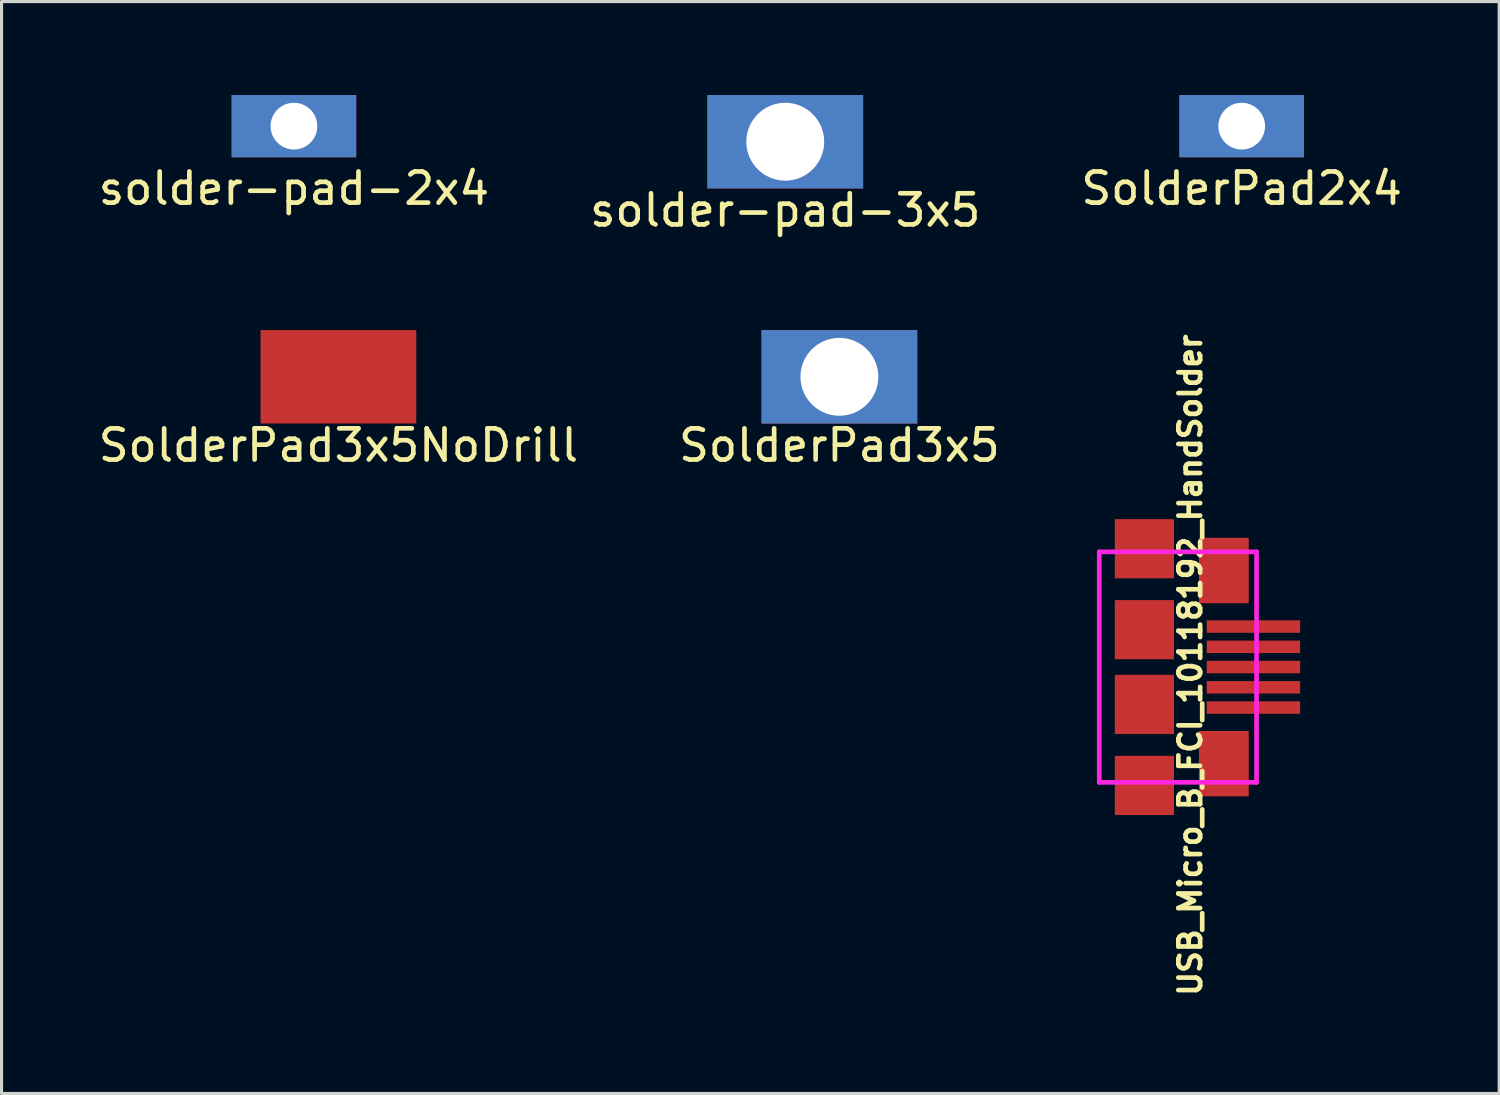
<source format=kicad_pcb>
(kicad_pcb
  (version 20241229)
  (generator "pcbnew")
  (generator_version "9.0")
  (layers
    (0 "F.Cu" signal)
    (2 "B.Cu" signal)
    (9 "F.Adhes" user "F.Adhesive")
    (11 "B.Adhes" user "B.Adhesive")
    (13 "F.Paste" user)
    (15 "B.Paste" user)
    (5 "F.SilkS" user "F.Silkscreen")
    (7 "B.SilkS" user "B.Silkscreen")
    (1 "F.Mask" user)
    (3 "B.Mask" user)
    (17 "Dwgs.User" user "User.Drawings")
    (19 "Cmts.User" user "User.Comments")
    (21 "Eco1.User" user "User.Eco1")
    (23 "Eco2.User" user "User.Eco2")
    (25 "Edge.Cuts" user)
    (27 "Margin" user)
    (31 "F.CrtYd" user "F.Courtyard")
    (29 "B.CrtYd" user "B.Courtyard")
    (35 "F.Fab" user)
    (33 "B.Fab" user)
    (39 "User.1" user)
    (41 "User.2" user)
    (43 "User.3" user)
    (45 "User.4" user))
  (footprint "solder-pad-2x4"
    (layer "F.Cu")
    (at 6.387 1)
    (property "Reference" "solder-pad-2x4" (at 0 2 0) (layer "F.SilkS") (effects (font (size 1 1) (thickness 0.15))))
    (attr through_hole)
    (pad "1" thru_hole rect (at 0 0 90) (size 2 4) (drill 1.5) (layers "*.Cu" "B.Mask")))
  (footprint "solder-pad-3x5"
    (layer "F.Cu")
    (at 22.161 1.5)
    (property "Reference" "solder-pad-3x5" (at 0 2.2 0) (layer "F.SilkS") (effects (font (size 1 1) (thickness 0.15))))
    (attr through_hole)
    (pad "1" thru_hole rect (at 0 0 90) (size 3 5) (drill 2.5) (layers "*.Cu" "B.Mask")))
  (footprint "SolderPad3x5NoDrill"
    (layer "F.Cu")
    (at 7.815 9.048)
    (property "Reference" "SolderPad3x5NoDrill" (at 0 2.2 0) (layer "F.SilkS") (effects (font (size 1 1) (thickness 0.15))))
    (attr through_hole)
    (pad "1" connect rect (at 0 0 90) (size 3 5) (layers "F.Cu" "F.Mask")))
  (footprint "SolderPad3x5"
    (layer "F.Cu")
    (at 23.899 9.048)
    (property "Reference" "SolderPad3x5" (at 0 2.2 0) (layer "F.SilkS") (effects (font (size 1 1) (thickness 0.15))))
    (attr through_hole)
    (pad "1" thru_hole rect (at 0 0 90) (size 3 5) (drill 2.5) (layers "*.Cu" "*.Mask")))
  (footprint "SolderPad2x4"
    (layer "F.Cu")
    (at 36.815 1)
    (property "Reference" "SolderPad2x4" (at 0 2 0) (layer "F.SilkS") (effects (font (size 1 1) (thickness 0.15))))
    (attr through_hole)
    (pad "1" thru_hole rect (at 0 0 90) (size 2 4) (drill 1.5) (layers "*.Cu" "*.Mask")))
  (footprint "USB_Micro_B_FCI_10118192_HandSolder"
    (layer "F.Cu")
    (at 33.692 18.367)
    (property "Reference" "USB_Micro_B_FCI_10118192_HandSolder" (at 1.473 -0.064 270) (layer "F.SilkS") (effects (font (size 0.7 0.7) (thickness 0.15))))
    (attr through_hole)
    (fp_line (start -1.45 -3.7) (end -1.45 3.7) (stroke (width 0.15) (type solid)) (layer "F.CrtYd"))
    (fp_line (start -1.45 -3.7) (end 3.6 -3.7) (stroke (width 0.15) (type solid)) (layer "F.CrtYd"))
    (fp_line (start 3.6 -3.7) (end 3.6 3.7) (stroke (width 0.15) (type solid)) (layer "F.CrtYd"))
    (fp_line (start 3.6 3.7) (end -1.45 3.7) (stroke (width 0.15) (type solid)) (layer "F.CrtYd"))
    (pad "1" smd rect (at 3.5 -1.3) (size 3 0.4) (layers "F.Cu" "F.Mask" "F.Paste"))
    (pad "2" smd rect (at 3.5 -0.65) (size 3 0.4) (layers "F.Cu" "F.Mask" "F.Paste"))
    (pad "3" smd rect (at 3.5 0) (size 3 0.4) (layers "F.Cu" "F.Mask" "F.Paste"))
    (pad "4" smd rect (at 3.5 0.65) (size 3 0.4) (layers "F.Cu" "F.Mask" "F.Paste"))
    (pad "5" smd rect (at 3.5 1.3) (size 3 0.4) (layers "F.Cu" "F.Mask" "F.Paste"))
    (pad "6" smd rect (at 0 -3.8) (size 1.9 1.9) (layers "F.Cu" "F.Mask" "F.Paste"))
    (pad "6" smd rect (at 0 -1.2) (size 1.9 1.9) (layers "F.Cu" "F.Mask" "F.Paste"))
    (pad "6" smd rect (at 0 1.2) (size 1.9 1.9) (layers "F.Cu" "F.Mask" "F.Paste"))
    (pad "6" smd rect (at 0 3.8) (size 1.9 1.9) (layers "F.Cu" "F.Mask" "F.Paste"))
    (pad "6" smd rect (at 2.55 -3.1) (size 1.6 2.1) (layers "F.Cu" "F.Mask" "F.Paste"))
    (pad "6" smd rect (at 2.55 3.1) (size 1.6 2.1) (layers "F.Cu" "F.Mask" "F.Paste")))
  (gr_rect
    (start -3 -3)
    (end 45.083 32.058)
    (stroke (width 0.1) (type default))
    (fill no)
    (layer "Edge.Cuts")))
</source>
